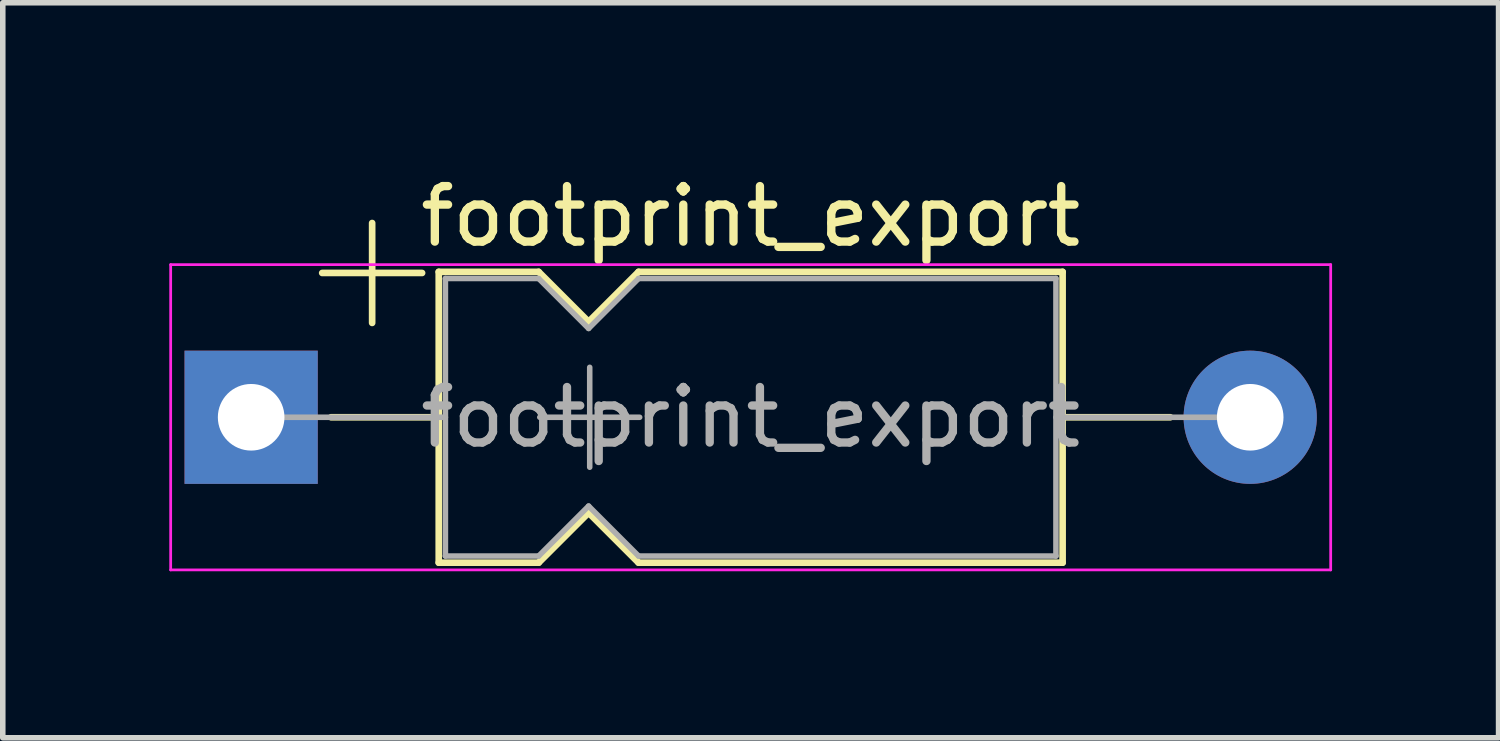
<source format=kicad_pcb>
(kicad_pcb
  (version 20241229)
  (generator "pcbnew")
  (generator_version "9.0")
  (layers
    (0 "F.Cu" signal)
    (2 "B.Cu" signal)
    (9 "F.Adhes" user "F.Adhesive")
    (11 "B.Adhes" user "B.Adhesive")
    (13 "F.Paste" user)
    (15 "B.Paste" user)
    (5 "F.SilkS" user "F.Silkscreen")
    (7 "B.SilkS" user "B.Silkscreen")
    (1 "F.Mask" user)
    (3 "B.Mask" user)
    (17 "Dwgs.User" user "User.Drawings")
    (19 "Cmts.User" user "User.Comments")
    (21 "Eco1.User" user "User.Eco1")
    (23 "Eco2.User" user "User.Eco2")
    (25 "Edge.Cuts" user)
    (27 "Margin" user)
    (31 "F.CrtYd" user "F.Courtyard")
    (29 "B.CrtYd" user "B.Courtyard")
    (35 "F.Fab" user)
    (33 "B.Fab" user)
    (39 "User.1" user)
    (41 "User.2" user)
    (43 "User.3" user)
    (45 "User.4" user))
  (footprint "footprint_export"
    (layer "F.Cu")
    (at 1.475 4.468)
    (property "Reference" "footprint_export" (at 9 -3.62 0) (layer "F.SilkS") (effects (font (size 1 1) (thickness 0.15))))
    (attr through_hole)
    (fp_line (start 1.28 -2.6) (end 3.08 -2.6) (stroke (width 0.12) (type solid)) (layer "F.SilkS"))
    (fp_line (start 1.44 0) (end 3.38 0) (stroke (width 0.12) (type solid)) (layer "F.SilkS"))
    (fp_line (start 2.18 -3.5) (end 2.18 -1.7) (stroke (width 0.12) (type solid)) (layer "F.SilkS"))
    (fp_line (start 3.38 -2.62) (end 3.38 2.62) (stroke (width 0.12) (type solid)) (layer "F.SilkS"))
    (fp_line (start 3.38 -2.62) (end 5.18 -2.62) (stroke (width 0.12) (type solid)) (layer "F.SilkS"))
    (fp_line (start 3.38 2.62) (end 5.18 2.62) (stroke (width 0.12) (type solid)) (layer "F.SilkS"))
    (fp_line (start 5.18 -2.62) (end 6.08 -1.72) (stroke (width 0.12) (type solid)) (layer "F.SilkS"))
    (fp_line (start 5.18 2.62) (end 6.08 1.72) (stroke (width 0.12) (type solid)) (layer "F.SilkS"))
    (fp_line (start 6.08 -1.72) (end 6.98 -2.62) (stroke (width 0.12) (type solid)) (layer "F.SilkS"))
    (fp_line (start 6.08 1.72) (end 6.98 2.62) (stroke (width 0.12) (type solid)) (layer "F.SilkS"))
    (fp_line (start 6.98 -2.62) (end 14.62 -2.62) (stroke (width 0.12) (type solid)) (layer "F.SilkS"))
    (fp_line (start 6.98 2.62) (end 14.62 2.62) (stroke (width 0.12) (type solid)) (layer "F.SilkS"))
    (fp_line (start 14.62 -2.62) (end 14.62 2.62) (stroke (width 0.12) (type solid)) (layer "F.SilkS"))
    (fp_line (start 16.56 0) (end 14.62 0) (stroke (width 0.12) (type solid)) (layer "F.SilkS"))
    (fp_line (start -1.45 -2.75) (end -1.45 2.75) (stroke (width 0.05) (type solid)) (layer "F.CrtYd"))
    (fp_line (start -1.45 2.75) (end 19.45 2.75) (stroke (width 0.05) (type solid)) (layer "F.CrtYd"))
    (fp_line (start 19.45 -2.75) (end -1.45 -2.75) (stroke (width 0.05) (type solid)) (layer "F.CrtYd"))
    (fp_line (start 19.45 2.75) (end 19.45 -2.75) (stroke (width 0.05) (type solid)) (layer "F.CrtYd"))
    (fp_line (start 0 0) (end 3.5 0) (stroke (width 0.1) (type solid)) (layer "F.Fab"))
    (fp_line (start 3.5 -2.5) (end 3.5 2.5) (stroke (width 0.1) (type solid)) (layer "F.Fab"))
    (fp_line (start 3.5 -2.5) (end 5.18 -2.5) (stroke (width 0.1) (type solid)) (layer "F.Fab"))
    (fp_line (start 3.5 2.5) (end 5.18 2.5) (stroke (width 0.1) (type solid)) (layer "F.Fab"))
    (fp_line (start 5.18 -2.5) (end 6.08 -1.6) (stroke (width 0.1) (type solid)) (layer "F.Fab"))
    (fp_line (start 5.18 2.5) (end 6.08 1.6) (stroke (width 0.1) (type solid)) (layer "F.Fab"))
    (fp_line (start 5.2 0) (end 7 0) (stroke (width 0.1) (type solid)) (layer "F.Fab"))
    (fp_line (start 6.08 -1.6) (end 6.98 -2.5) (stroke (width 0.1) (type solid)) (layer "F.Fab"))
    (fp_line (start 6.08 1.6) (end 6.98 2.5) (stroke (width 0.1) (type solid)) (layer "F.Fab"))
    (fp_line (start 6.1 -0.9) (end 6.1 0.9) (stroke (width 0.1) (type solid)) (layer "F.Fab"))
    (fp_line (start 6.98 -2.5) (end 14.5 -2.5) (stroke (width 0.1) (type solid)) (layer "F.Fab"))
    (fp_line (start 6.98 2.5) (end 14.5 2.5) (stroke (width 0.1) (type solid)) (layer "F.Fab"))
    (fp_line (start 14.5 -2.5) (end 14.5 2.5) (stroke (width 0.1) (type solid)) (layer "F.Fab"))
    (fp_line (start 18 0) (end 14.5 0) (stroke (width 0.1) (type solid)) (layer "F.Fab"))
    (fp_text user "${REFERENCE}" (at 9 0 0) (layer "F.Fab") (effects (font (size 1 1) (thickness 0.15))))
    (pad "1" thru_hole rect (at 0 0) (size 2.4 2.4) (drill 1.2) (layers "*.Cu" "*.Mask"))
    (pad "2" thru_hole oval (at 18 0) (size 2.4 2.4) (drill 1.2) (layers "*.Cu" "*.Mask")))
  (gr_rect
    (start -3 -3)
    (end 23.95 10.243)
    (stroke (width 0.1) (type default))
    (fill no)
    (layer "Edge.Cuts")))
</source>
